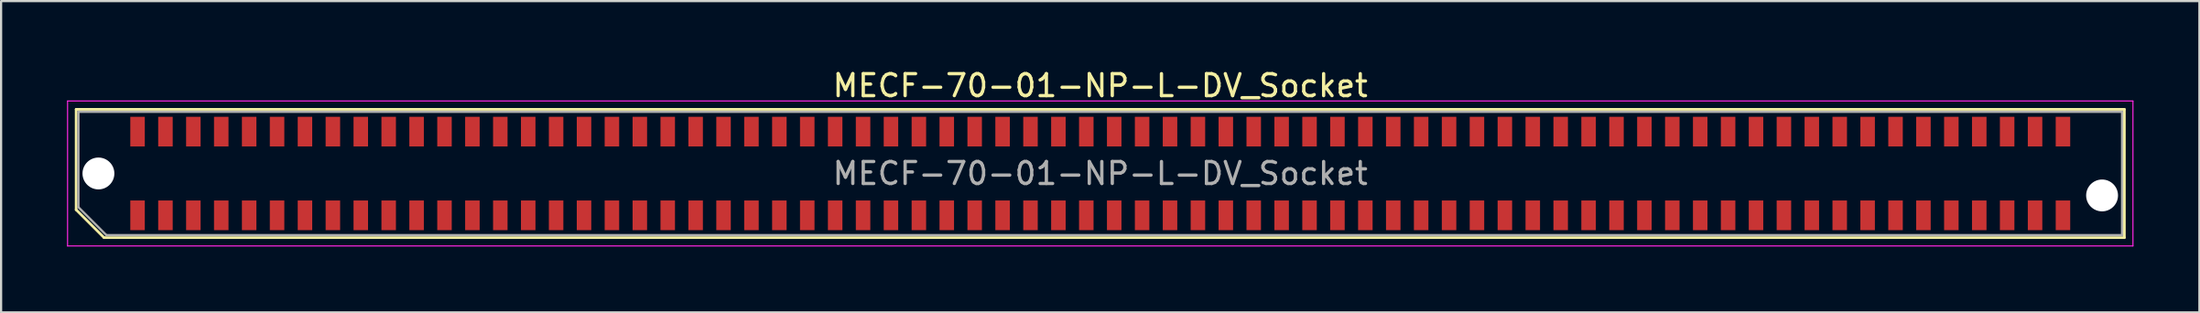
<source format=kicad_pcb>
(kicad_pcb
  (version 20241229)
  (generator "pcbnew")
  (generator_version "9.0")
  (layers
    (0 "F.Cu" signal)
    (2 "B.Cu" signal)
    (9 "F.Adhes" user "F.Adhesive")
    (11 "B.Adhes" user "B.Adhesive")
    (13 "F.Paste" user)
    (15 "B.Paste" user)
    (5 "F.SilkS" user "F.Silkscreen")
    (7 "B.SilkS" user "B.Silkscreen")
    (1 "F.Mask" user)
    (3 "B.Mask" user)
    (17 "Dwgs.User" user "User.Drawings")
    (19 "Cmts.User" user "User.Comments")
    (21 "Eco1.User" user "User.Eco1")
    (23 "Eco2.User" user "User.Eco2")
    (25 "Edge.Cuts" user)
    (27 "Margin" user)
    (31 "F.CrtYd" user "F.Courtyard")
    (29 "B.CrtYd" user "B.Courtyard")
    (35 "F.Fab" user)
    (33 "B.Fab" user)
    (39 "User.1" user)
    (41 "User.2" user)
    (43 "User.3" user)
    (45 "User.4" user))
  (footprint "MECF-70-01-NP-L-DV_Socket"
    (layer "F.Cu")
    (at 47.025 4.848)
    (property "Reference" "MECF-70-01-NP-L-DV_Socket" (at 0 -4 0) (layer "F.SilkS") (effects (font (size 1 1) (thickness 0.15))))
    (attr smd)
    (fp_line (start -46.61 -2.92) (end 46.61 -2.92) (stroke (width 0.12) (type solid)) (layer "F.SilkS"))
    (fp_line (start -46.61 1.65) (end -46.61 -2.92) (stroke (width 0.12) (type solid)) (layer "F.SilkS"))
    (fp_line (start -45.34 2.92) (end -46.61 1.65) (stroke (width 0.12) (type solid)) (layer "F.SilkS"))
    (fp_line (start -45.34 2.92) (end 46.61 2.92) (stroke (width 0.12) (type solid)) (layer "F.SilkS"))
    (fp_line (start 46.61 2.92) (end 46.61 -2.92) (stroke (width 0.12) (type solid)) (layer "F.SilkS"))
    (fp_line (start -47 -3.3) (end -47 3.3) (stroke (width 0.05) (type solid)) (layer "F.CrtYd"))
    (fp_line (start -47 3.3) (end 47 3.3) (stroke (width 0.05) (type solid)) (layer "F.CrtYd"))
    (fp_line (start 47 -3.3) (end -47 -3.3) (stroke (width 0.05) (type solid)) (layer "F.CrtYd"))
    (fp_line (start 47 3.3) (end 47 -3.3) (stroke (width 0.05) (type solid)) (layer "F.CrtYd"))
    (fp_line (start -46.505 -2.805) (end 46.505 -2.805) (stroke (width 0.1) (type solid)) (layer "F.Fab"))
    (fp_line (start -46.505 1.535) (end -46.505 -2.805) (stroke (width 0.1) (type solid)) (layer "F.Fab"))
    (fp_line (start -46.505 1.535) (end -45.235 2.805) (stroke (width 0.1) (type solid)) (layer "F.Fab"))
    (fp_line (start -45.235 2.805) (end 46.505 2.805) (stroke (width 0.1) (type solid)) (layer "F.Fab"))
    (fp_line (start 46.505 2.805) (end 46.505 -2.805) (stroke (width 0.1) (type solid)) (layer "F.Fab"))
    (fp_text user "${REFERENCE}" (at 0 0 0) (layer "F.Fab") (effects (font (size 1 1) (thickness 0.15))))
    (pad "" np_thru_hole circle (at -45.595 0) (size 1.45 1.45) (drill 1.45) (layers "*.Cu" "*.Mask"))
    (pad "" np_thru_hole circle (at 45.595 1) (size 1.45 1.45) (drill 1.45) (layers "*.Cu" "*.Mask"))
    (pad "1" smd rect (at -43.815 1.905) (size 0.66 1.35) (layers "F.Cu" "F.Mask" "F.Paste"))
    (pad "2" smd rect (at -43.815 -1.905) (size 0.66 1.35) (layers "F.Cu" "F.Mask" "F.Paste"))
    (pad "3" smd rect (at -42.545 1.905) (size 0.66 1.35) (layers "F.Cu" "F.Mask" "F.Paste"))
    (pad "4" smd rect (at -42.545 -1.905) (size 0.66 1.35) (layers "F.Cu" "F.Mask" "F.Paste"))
    (pad "5" smd rect (at -41.275 1.905) (size 0.66 1.35) (layers "F.Cu" "F.Mask" "F.Paste"))
    (pad "6" smd rect (at -41.275 -1.905) (size 0.66 1.35) (layers "F.Cu" "F.Mask" "F.Paste"))
    (pad "7" smd rect (at -40.005 1.905) (size 0.66 1.35) (layers "F.Cu" "F.Mask" "F.Paste"))
    (pad "8" smd rect (at -40.005 -1.905) (size 0.66 1.35) (layers "F.Cu" "F.Mask" "F.Paste"))
    (pad "9" smd rect (at -38.735 1.905) (size 0.66 1.35) (layers "F.Cu" "F.Mask" "F.Paste"))
    (pad "10" smd rect (at -38.735 -1.905) (size 0.66 1.35) (layers "F.Cu" "F.Mask" "F.Paste"))
    (pad "11" smd rect (at -37.465 1.905) (size 0.66 1.35) (layers "F.Cu" "F.Mask" "F.Paste"))
    (pad "12" smd rect (at -37.465 -1.905) (size 0.66 1.35) (layers "F.Cu" "F.Mask" "F.Paste"))
    (pad "13" smd rect (at -36.195 1.905) (size 0.66 1.35) (layers "F.Cu" "F.Mask" "F.Paste"))
    (pad "14" smd rect (at -36.195 -1.905) (size 0.66 1.35) (layers "F.Cu" "F.Mask" "F.Paste"))
    (pad "15" smd rect (at -34.925 1.905) (size 0.66 1.35) (layers "F.Cu" "F.Mask" "F.Paste"))
    (pad "16" smd rect (at -34.925 -1.905) (size 0.66 1.35) (layers "F.Cu" "F.Mask" "F.Paste"))
    (pad "17" smd rect (at -33.655 1.905) (size 0.66 1.35) (layers "F.Cu" "F.Mask" "F.Paste"))
    (pad "18" smd rect (at -33.655 -1.905) (size 0.66 1.35) (layers "F.Cu" "F.Mask" "F.Paste"))
    (pad "19" smd rect (at -32.385 1.905) (size 0.66 1.35) (layers "F.Cu" "F.Mask" "F.Paste"))
    (pad "20" smd rect (at -32.385 -1.905) (size 0.66 1.35) (layers "F.Cu" "F.Mask" "F.Paste"))
    (pad "21" smd rect (at -31.115 1.905) (size 0.66 1.35) (layers "F.Cu" "F.Mask" "F.Paste"))
    (pad "22" smd rect (at -31.115 -1.905) (size 0.66 1.35) (layers "F.Cu" "F.Mask" "F.Paste"))
    (pad "23" smd rect (at -29.845 1.905) (size 0.66 1.35) (layers "F.Cu" "F.Mask" "F.Paste"))
    (pad "24" smd rect (at -29.845 -1.905) (size 0.66 1.35) (layers "F.Cu" "F.Mask" "F.Paste"))
    (pad "25" smd rect (at -28.575 1.905) (size 0.66 1.35) (layers "F.Cu" "F.Mask" "F.Paste"))
    (pad "26" smd rect (at -28.575 -1.905) (size 0.66 1.35) (layers "F.Cu" "F.Mask" "F.Paste"))
    (pad "27" smd rect (at -27.305 1.905) (size 0.66 1.35) (layers "F.Cu" "F.Mask" "F.Paste"))
    (pad "28" smd rect (at -27.305 -1.905) (size 0.66 1.35) (layers "F.Cu" "F.Mask" "F.Paste"))
    (pad "29" smd rect (at -26.035 1.905) (size 0.66 1.35) (layers "F.Cu" "F.Mask" "F.Paste"))
    (pad "30" smd rect (at -26.035 -1.905) (size 0.66 1.35) (layers "F.Cu" "F.Mask" "F.Paste"))
    (pad "31" smd rect (at -24.765 1.905) (size 0.66 1.35) (layers "F.Cu" "F.Mask" "F.Paste"))
    (pad "32" smd rect (at -24.765 -1.905) (size 0.66 1.35) (layers "F.Cu" "F.Mask" "F.Paste"))
    (pad "33" smd rect (at -23.495 1.905) (size 0.66 1.35) (layers "F.Cu" "F.Mask" "F.Paste"))
    (pad "34" smd rect (at -23.495 -1.905) (size 0.66 1.35) (layers "F.Cu" "F.Mask" "F.Paste"))
    (pad "35" smd rect (at -22.225 1.905) (size 0.66 1.35) (layers "F.Cu" "F.Mask" "F.Paste"))
    (pad "36" smd rect (at -22.225 -1.905) (size 0.66 1.35) (layers "F.Cu" "F.Mask" "F.Paste"))
    (pad "37" smd rect (at -20.955 1.905) (size 0.66 1.35) (layers "F.Cu" "F.Mask" "F.Paste"))
    (pad "38" smd rect (at -20.955 -1.905) (size 0.66 1.35) (layers "F.Cu" "F.Mask" "F.Paste"))
    (pad "39" smd rect (at -19.685 1.905) (size 0.66 1.35) (layers "F.Cu" "F.Mask" "F.Paste"))
    (pad "40" smd rect (at -19.685 -1.905) (size 0.66 1.35) (layers "F.Cu" "F.Mask" "F.Paste"))
    (pad "41" smd rect (at -18.415 1.905) (size 0.66 1.35) (layers "F.Cu" "F.Mask" "F.Paste"))
    (pad "42" smd rect (at -18.415 -1.905) (size 0.66 1.35) (layers "F.Cu" "F.Mask" "F.Paste"))
    (pad "43" smd rect (at -17.145 1.905) (size 0.66 1.35) (layers "F.Cu" "F.Mask" "F.Paste"))
    (pad "44" smd rect (at -17.145 -1.905) (size 0.66 1.35) (layers "F.Cu" "F.Mask" "F.Paste"))
    (pad "45" smd rect (at -15.875 1.905) (size 0.66 1.35) (layers "F.Cu" "F.Mask" "F.Paste"))
    (pad "46" smd rect (at -15.875 -1.905) (size 0.66 1.35) (layers "F.Cu" "F.Mask" "F.Paste"))
    (pad "47" smd rect (at -14.605 1.905) (size 0.66 1.35) (layers "F.Cu" "F.Mask" "F.Paste"))
    (pad "48" smd rect (at -14.605 -1.905) (size 0.66 1.35) (layers "F.Cu" "F.Mask" "F.Paste"))
    (pad "49" smd rect (at -13.335 1.905) (size 0.66 1.35) (layers "F.Cu" "F.Mask" "F.Paste"))
    (pad "50" smd rect (at -13.335 -1.905) (size 0.66 1.35) (layers "F.Cu" "F.Mask" "F.Paste"))
    (pad "51" smd rect (at -12.065 1.905) (size 0.66 1.35) (layers "F.Cu" "F.Mask" "F.Paste"))
    (pad "52" smd rect (at -12.065 -1.905) (size 0.66 1.35) (layers "F.Cu" "F.Mask" "F.Paste"))
    (pad "53" smd rect (at -10.795 1.905) (size 0.66 1.35) (layers "F.Cu" "F.Mask" "F.Paste"))
    (pad "54" smd rect (at -10.795 -1.905) (size 0.66 1.35) (layers "F.Cu" "F.Mask" "F.Paste"))
    (pad "55" smd rect (at -9.525 1.905) (size 0.66 1.35) (layers "F.Cu" "F.Mask" "F.Paste"))
    (pad "56" smd rect (at -9.525 -1.905) (size 0.66 1.35) (layers "F.Cu" "F.Mask" "F.Paste"))
    (pad "57" smd rect (at -8.255 1.905) (size 0.66 1.35) (layers "F.Cu" "F.Mask" "F.Paste"))
    (pad "58" smd rect (at -8.255 -1.905) (size 0.66 1.35) (layers "F.Cu" "F.Mask" "F.Paste"))
    (pad "59" smd rect (at -6.985 1.905) (size 0.66 1.35) (layers "F.Cu" "F.Mask" "F.Paste"))
    (pad "60" smd rect (at -6.985 -1.905) (size 0.66 1.35) (layers "F.Cu" "F.Mask" "F.Paste"))
    (pad "61" smd rect (at -5.715 1.905) (size 0.66 1.35) (layers "F.Cu" "F.Mask" "F.Paste"))
    (pad "62" smd rect (at -5.715 -1.905) (size 0.66 1.35) (layers "F.Cu" "F.Mask" "F.Paste"))
    (pad "63" smd rect (at -4.445 1.905) (size 0.66 1.35) (layers "F.Cu" "F.Mask" "F.Paste"))
    (pad "64" smd rect (at -4.445 -1.905) (size 0.66 1.35) (layers "F.Cu" "F.Mask" "F.Paste"))
    (pad "65" smd rect (at -3.175 1.905) (size 0.66 1.35) (layers "F.Cu" "F.Mask" "F.Paste"))
    (pad "66" smd rect (at -3.175 -1.905) (size 0.66 1.35) (layers "F.Cu" "F.Mask" "F.Paste"))
    (pad "67" smd rect (at -1.905 1.905) (size 0.66 1.35) (layers "F.Cu" "F.Mask" "F.Paste"))
    (pad "68" smd rect (at -1.905 -1.905) (size 0.66 1.35) (layers "F.Cu" "F.Mask" "F.Paste"))
    (pad "69" smd rect (at -0.635 1.905) (size 0.66 1.35) (layers "F.Cu" "F.Mask" "F.Paste"))
    (pad "70" smd rect (at -0.635 -1.905) (size 0.66 1.35) (layers "F.Cu" "F.Mask" "F.Paste"))
    (pad "71" smd rect (at 0.635 1.905) (size 0.66 1.35) (layers "F.Cu" "F.Mask" "F.Paste"))
    (pad "72" smd rect (at 0.635 -1.905) (size 0.66 1.35) (layers "F.Cu" "F.Mask" "F.Paste"))
    (pad "73" smd rect (at 1.905 1.905) (size 0.66 1.35) (layers "F.Cu" "F.Mask" "F.Paste"))
    (pad "74" smd rect (at 1.905 -1.905) (size 0.66 1.35) (layers "F.Cu" "F.Mask" "F.Paste"))
    (pad "75" smd rect (at 3.175 1.905) (size 0.66 1.35) (layers "F.Cu" "F.Mask" "F.Paste"))
    (pad "76" smd rect (at 3.175 -1.905) (size 0.66 1.35) (layers "F.Cu" "F.Mask" "F.Paste"))
    (pad "77" smd rect (at 4.445 1.905) (size 0.66 1.35) (layers "F.Cu" "F.Mask" "F.Paste"))
    (pad "78" smd rect (at 4.445 -1.905) (size 0.66 1.35) (layers "F.Cu" "F.Mask" "F.Paste"))
    (pad "79" smd rect (at 5.715 1.905) (size 0.66 1.35) (layers "F.Cu" "F.Mask" "F.Paste"))
    (pad "80" smd rect (at 5.715 -1.905) (size 0.66 1.35) (layers "F.Cu" "F.Mask" "F.Paste"))
    (pad "81" smd rect (at 6.985 1.905) (size 0.66 1.35) (layers "F.Cu" "F.Mask" "F.Paste"))
    (pad "82" smd rect (at 6.985 -1.905) (size 0.66 1.35) (layers "F.Cu" "F.Mask" "F.Paste"))
    (pad "83" smd rect (at 8.255 1.905) (size 0.66 1.35) (layers "F.Cu" "F.Mask" "F.Paste"))
    (pad "84" smd rect (at 8.255 -1.905) (size 0.66 1.35) (layers "F.Cu" "F.Mask" "F.Paste"))
    (pad "85" smd rect (at 9.525 1.905) (size 0.66 1.35) (layers "F.Cu" "F.Mask" "F.Paste"))
    (pad "86" smd rect (at 9.525 -1.905) (size 0.66 1.35) (layers "F.Cu" "F.Mask" "F.Paste"))
    (pad "87" smd rect (at 10.795 1.905) (size 0.66 1.35) (layers "F.Cu" "F.Mask" "F.Paste"))
    (pad "88" smd rect (at 10.795 -1.905) (size 0.66 1.35) (layers "F.Cu" "F.Mask" "F.Paste"))
    (pad "89" smd rect (at 12.065 1.905) (size 0.66 1.35) (layers "F.Cu" "F.Mask" "F.Paste"))
    (pad "90" smd rect (at 12.065 -1.905) (size 0.66 1.35) (layers "F.Cu" "F.Mask" "F.Paste"))
    (pad "91" smd rect (at 13.335 1.905) (size 0.66 1.35) (layers "F.Cu" "F.Mask" "F.Paste"))
    (pad "92" smd rect (at 13.335 -1.905) (size 0.66 1.35) (layers "F.Cu" "F.Mask" "F.Paste"))
    (pad "93" smd rect (at 14.605 1.905) (size 0.66 1.35) (layers "F.Cu" "F.Mask" "F.Paste"))
    (pad "94" smd rect (at 14.605 -1.905) (size 0.66 1.35) (layers "F.Cu" "F.Mask" "F.Paste"))
    (pad "95" smd rect (at 15.875 1.905) (size 0.66 1.35) (layers "F.Cu" "F.Mask" "F.Paste"))
    (pad "96" smd rect (at 15.875 -1.905) (size 0.66 1.35) (layers "F.Cu" "F.Mask" "F.Paste"))
    (pad "97" smd rect (at 17.145 1.905) (size 0.66 1.35) (layers "F.Cu" "F.Mask" "F.Paste"))
    (pad "98" smd rect (at 17.145 -1.905) (size 0.66 1.35) (layers "F.Cu" "F.Mask" "F.Paste"))
    (pad "99" smd rect (at 18.415 1.905) (size 0.66 1.35) (layers "F.Cu" "F.Mask" "F.Paste"))
    (pad "100" smd rect (at 18.415 -1.905) (size 0.66 1.35) (layers "F.Cu" "F.Mask" "F.Paste"))
    (pad "101" smd rect (at 19.685 1.905) (size 0.66 1.35) (layers "F.Cu" "F.Mask" "F.Paste"))
    (pad "102" smd rect (at 19.685 -1.905) (size 0.66 1.35) (layers "F.Cu" "F.Mask" "F.Paste"))
    (pad "103" smd rect (at 20.955 1.905) (size 0.66 1.35) (layers "F.Cu" "F.Mask" "F.Paste"))
    (pad "104" smd rect (at 20.955 -1.905) (size 0.66 1.35) (layers "F.Cu" "F.Mask" "F.Paste"))
    (pad "105" smd rect (at 22.225 1.905) (size 0.66 1.35) (layers "F.Cu" "F.Mask" "F.Paste"))
    (pad "106" smd rect (at 22.225 -1.905) (size 0.66 1.35) (layers "F.Cu" "F.Mask" "F.Paste"))
    (pad "107" smd rect (at 23.495 1.905) (size 0.66 1.35) (layers "F.Cu" "F.Mask" "F.Paste"))
    (pad "108" smd rect (at 23.495 -1.905) (size 0.66 1.35) (layers "F.Cu" "F.Mask" "F.Paste"))
    (pad "109" smd rect (at 24.765 1.905) (size 0.66 1.35) (layers "F.Cu" "F.Mask" "F.Paste"))
    (pad "110" smd rect (at 24.765 -1.905) (size 0.66 1.35) (layers "F.Cu" "F.Mask" "F.Paste"))
    (pad "111" smd rect (at 26.035 1.905) (size 0.66 1.35) (layers "F.Cu" "F.Mask" "F.Paste"))
    (pad "112" smd rect (at 26.035 -1.905) (size 0.66 1.35) (layers "F.Cu" "F.Mask" "F.Paste"))
    (pad "113" smd rect (at 27.305 1.905) (size 0.66 1.35) (layers "F.Cu" "F.Mask" "F.Paste"))
    (pad "114" smd rect (at 27.305 -1.905) (size 0.66 1.35) (layers "F.Cu" "F.Mask" "F.Paste"))
    (pad "115" smd rect (at 28.575 1.905) (size 0.66 1.35) (layers "F.Cu" "F.Mask" "F.Paste"))
    (pad "116" smd rect (at 28.575 -1.905) (size 0.66 1.35) (layers "F.Cu" "F.Mask" "F.Paste"))
    (pad "117" smd rect (at 29.845 1.905) (size 0.66 1.35) (layers "F.Cu" "F.Mask" "F.Paste"))
    (pad "118" smd rect (at 29.845 -1.905) (size 0.66 1.35) (layers "F.Cu" "F.Mask" "F.Paste"))
    (pad "119" smd rect (at 31.115 1.905) (size 0.66 1.35) (layers "F.Cu" "F.Mask" "F.Paste"))
    (pad "120" smd rect (at 31.115 -1.905) (size 0.66 1.35) (layers "F.Cu" "F.Mask" "F.Paste"))
    (pad "121" smd rect (at 32.385 1.905) (size 0.66 1.35) (layers "F.Cu" "F.Mask" "F.Paste"))
    (pad "122" smd rect (at 32.385 -1.905) (size 0.66 1.35) (layers "F.Cu" "F.Mask" "F.Paste"))
    (pad "123" smd rect (at 33.655 1.905) (size 0.66 1.35) (layers "F.Cu" "F.Mask" "F.Paste"))
    (pad "124" smd rect (at 33.655 -1.905) (size 0.66 1.35) (layers "F.Cu" "F.Mask" "F.Paste"))
    (pad "125" smd rect (at 34.925 1.905) (size 0.66 1.35) (layers "F.Cu" "F.Mask" "F.Paste"))
    (pad "126" smd rect (at 34.925 -1.905) (size 0.66 1.35) (layers "F.Cu" "F.Mask" "F.Paste"))
    (pad "127" smd rect (at 36.195 1.905) (size 0.66 1.35) (layers "F.Cu" "F.Mask" "F.Paste"))
    (pad "128" smd rect (at 36.195 -1.905) (size 0.66 1.35) (layers "F.Cu" "F.Mask" "F.Paste"))
    (pad "129" smd rect (at 37.465 1.905) (size 0.66 1.35) (layers "F.Cu" "F.Mask" "F.Paste"))
    (pad "130" smd rect (at 37.465 -1.905) (size 0.66 1.35) (layers "F.Cu" "F.Mask" "F.Paste"))
    (pad "131" smd rect (at 38.735 1.905) (size 0.66 1.35) (layers "F.Cu" "F.Mask" "F.Paste"))
    (pad "132" smd rect (at 38.735 -1.905) (size 0.66 1.35) (layers "F.Cu" "F.Mask" "F.Paste"))
    (pad "133" smd rect (at 40.005 1.905) (size 0.66 1.35) (layers "F.Cu" "F.Mask" "F.Paste"))
    (pad "134" smd rect (at 40.005 -1.905) (size 0.66 1.35) (layers "F.Cu" "F.Mask" "F.Paste"))
    (pad "135" smd rect (at 41.275 1.905) (size 0.66 1.35) (layers "F.Cu" "F.Mask" "F.Paste"))
    (pad "136" smd rect (at 41.275 -1.905) (size 0.66 1.35) (layers "F.Cu" "F.Mask" "F.Paste"))
    (pad "137" smd rect (at 42.545 1.905) (size 0.66 1.35) (layers "F.Cu" "F.Mask" "F.Paste"))
    (pad "138" smd rect (at 42.545 -1.905) (size 0.66 1.35) (layers "F.Cu" "F.Mask" "F.Paste"))
    (pad "139" smd rect (at 43.815 1.905) (size 0.66 1.35) (layers "F.Cu" "F.Mask" "F.Paste"))
    (pad "140" smd rect (at 43.815 -1.905) (size 0.66 1.35) (layers "F.Cu" "F.Mask" "F.Paste")))
  (gr_rect
    (start -3 -3)
    (end 97.05 11.173)
    (stroke (width 0.1) (type default))
    (fill no)
    (layer "Edge.Cuts")))
</source>
